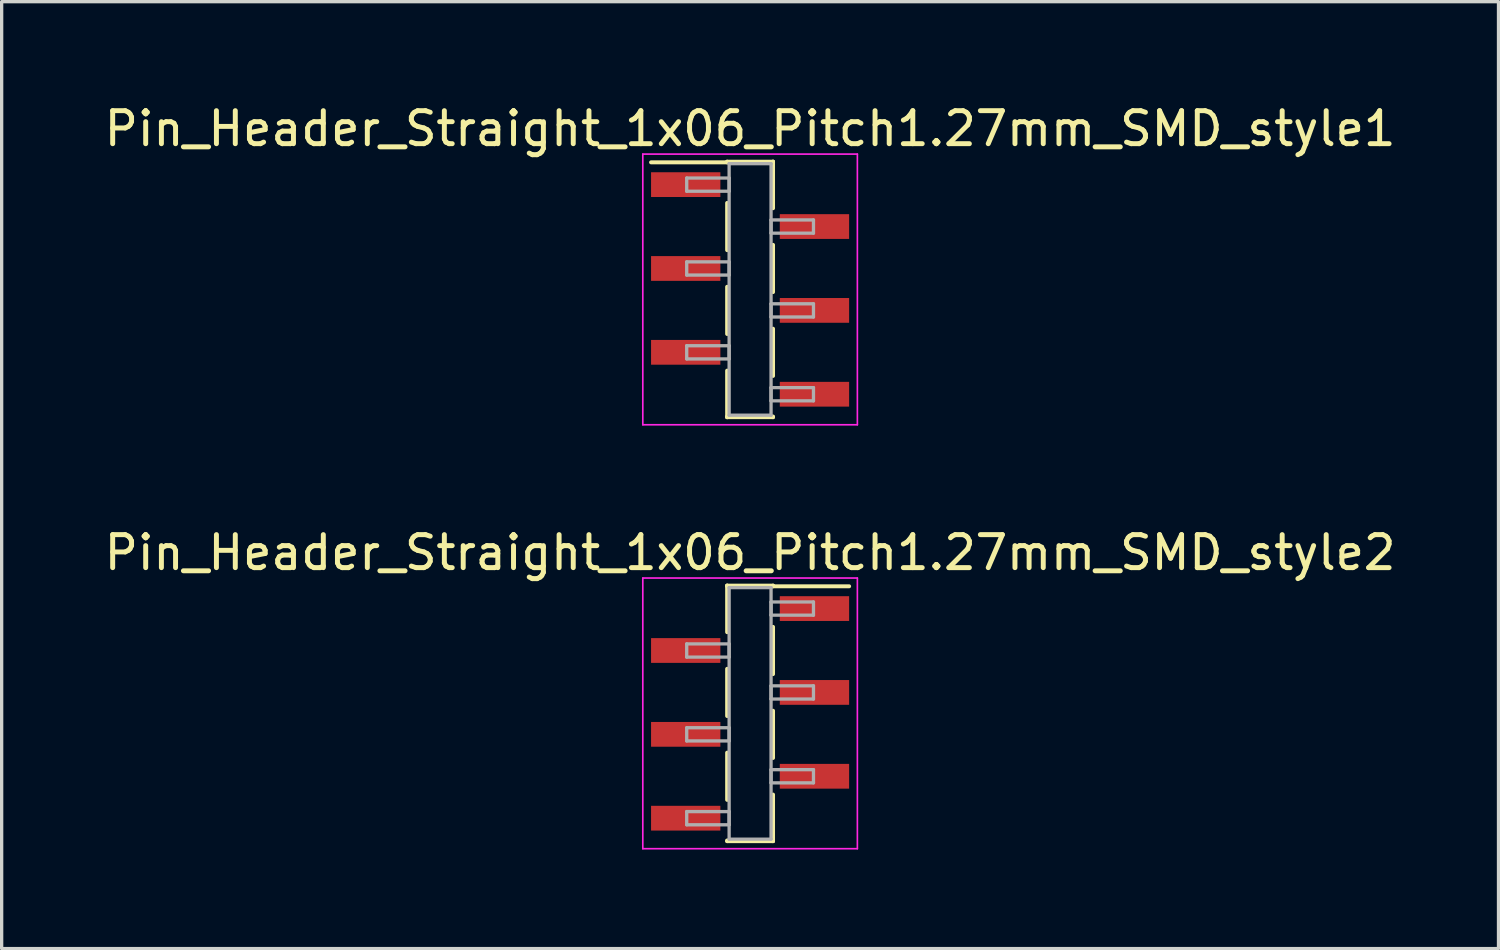
<source format=kicad_pcb>
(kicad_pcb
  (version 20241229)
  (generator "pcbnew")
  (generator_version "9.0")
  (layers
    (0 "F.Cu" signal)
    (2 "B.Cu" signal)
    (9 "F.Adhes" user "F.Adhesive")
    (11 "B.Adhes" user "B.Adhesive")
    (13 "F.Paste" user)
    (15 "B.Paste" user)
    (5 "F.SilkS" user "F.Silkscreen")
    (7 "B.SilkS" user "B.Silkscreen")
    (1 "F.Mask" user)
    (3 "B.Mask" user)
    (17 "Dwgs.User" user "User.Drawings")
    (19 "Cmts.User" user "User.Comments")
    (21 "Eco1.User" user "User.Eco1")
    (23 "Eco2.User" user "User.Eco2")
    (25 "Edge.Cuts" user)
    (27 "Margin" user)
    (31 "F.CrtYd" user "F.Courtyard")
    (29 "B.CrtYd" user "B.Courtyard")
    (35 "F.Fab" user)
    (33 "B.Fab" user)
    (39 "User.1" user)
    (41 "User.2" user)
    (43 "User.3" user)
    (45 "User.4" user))
  (footprint "Pin_Header_Straight_1x06_Pitch1.27mm_SMD_style1"
    (layer "F.Cu")
    (at 19.673 5.718)
    (property "Reference" "Pin_Header_Straight_1x06_Pitch1.27mm_SMD_style1" (at 0 -4.87 0) (layer "F.SilkS") (effects (font (size 1 1) (thickness 0.15))))
    (attr smd)
    (fp_line (start -0.695 -3.87) (end 0.695 -3.87) (stroke (width 0.12) (type solid)) (layer "F.SilkS"))
    (fp_line (start -0.695 -3.85) (end -3 -3.85) (stroke (width 0.12) (type solid)) (layer "F.SilkS"))
    (fp_line (start -0.695 -3.85) (end -0.695 -3.87) (stroke (width 0.12) (type solid)) (layer "F.SilkS"))
    (fp_line (start -0.695 -2.62) (end -0.695 -1.19) (stroke (width 0.12) (type solid)) (layer "F.SilkS"))
    (fp_line (start -0.695 -0.08) (end -0.695 1.35) (stroke (width 0.12) (type solid)) (layer "F.SilkS"))
    (fp_line (start -0.695 2.46) (end -0.695 3.87) (stroke (width 0.12) (type solid)) (layer "F.SilkS"))
    (fp_line (start -0.695 3.85) (end -0.695 3.87) (stroke (width 0.12) (type solid)) (layer "F.SilkS"))
    (fp_line (start -0.695 3.87) (end 0.695 3.87) (stroke (width 0.12) (type solid)) (layer "F.SilkS"))
    (fp_line (start 0.695 -3.87) (end 0.695 -3.85) (stroke (width 0.12) (type solid)) (layer "F.SilkS"))
    (fp_line (start 0.695 -3.87) (end 0.695 -2.46) (stroke (width 0.12) (type solid)) (layer "F.SilkS"))
    (fp_line (start 0.695 -1.35) (end 0.695 0.08) (stroke (width 0.12) (type solid)) (layer "F.SilkS"))
    (fp_line (start 0.695 1.19) (end 0.695 2.62) (stroke (width 0.12) (type solid)) (layer "F.SilkS"))
    (fp_line (start 0.695 3.87) (end 0.695 3.85) (stroke (width 0.12) (type solid)) (layer "F.SilkS"))
    (fp_line (start -3.25 -4.1) (end -3.25 4.1) (stroke (width 0.05) (type solid)) (layer "F.CrtYd"))
    (fp_line (start -3.25 4.1) (end 3.25 4.1) (stroke (width 0.05) (type solid)) (layer "F.CrtYd"))
    (fp_line (start 3.25 -4.1) (end -3.25 -4.1) (stroke (width 0.05) (type solid)) (layer "F.CrtYd"))
    (fp_line (start 3.25 4.1) (end 3.25 -4.1) (stroke (width 0.05) (type solid)) (layer "F.CrtYd"))
    (fp_line (start -1.92 -3.375) (end -0.635 -3.375) (stroke (width 0.1) (type solid)) (layer "F.Fab"))
    (fp_line (start -1.92 -2.975) (end -1.92 -3.375) (stroke (width 0.1) (type solid)) (layer "F.Fab"))
    (fp_line (start -1.92 -0.835) (end -0.635 -0.835) (stroke (width 0.1) (type solid)) (layer "F.Fab"))
    (fp_line (start -1.92 -0.435) (end -1.92 -0.835) (stroke (width 0.1) (type solid)) (layer "F.Fab"))
    (fp_line (start -1.92 1.705) (end -0.635 1.705) (stroke (width 0.1) (type solid)) (layer "F.Fab"))
    (fp_line (start -1.92 2.105) (end -1.92 1.705) (stroke (width 0.1) (type solid)) (layer "F.Fab"))
    (fp_line (start -0.635 -3.81) (end -0.635 3.81) (stroke (width 0.1) (type solid)) (layer "F.Fab"))
    (fp_line (start -0.635 -3.375) (end -0.635 -2.975) (stroke (width 0.1) (type solid)) (layer "F.Fab"))
    (fp_line (start -0.635 -2.975) (end -1.92 -2.975) (stroke (width 0.1) (type solid)) (layer "F.Fab"))
    (fp_line (start -0.635 -0.835) (end -0.635 -0.435) (stroke (width 0.1) (type solid)) (layer "F.Fab"))
    (fp_line (start -0.635 -0.435) (end -1.92 -0.435) (stroke (width 0.1) (type solid)) (layer "F.Fab"))
    (fp_line (start -0.635 1.705) (end -0.635 2.105) (stroke (width 0.1) (type solid)) (layer "F.Fab"))
    (fp_line (start -0.635 2.105) (end -1.92 2.105) (stroke (width 0.1) (type solid)) (layer "F.Fab"))
    (fp_line (start -0.635 3.81) (end 0.635 3.81) (stroke (width 0.1) (type solid)) (layer "F.Fab"))
    (fp_line (start 0.635 -3.81) (end -0.635 -3.81) (stroke (width 0.1) (type solid)) (layer "F.Fab"))
    (fp_line (start 0.635 -2.105) (end 0.635 -1.705) (stroke (width 0.1) (type solid)) (layer "F.Fab"))
    (fp_line (start 0.635 -1.705) (end 1.92 -1.705) (stroke (width 0.1) (type solid)) (layer "F.Fab"))
    (fp_line (start 0.635 0.435) (end 0.635 0.835) (stroke (width 0.1) (type solid)) (layer "F.Fab"))
    (fp_line (start 0.635 0.835) (end 1.92 0.835) (stroke (width 0.1) (type solid)) (layer "F.Fab"))
    (fp_line (start 0.635 2.975) (end 0.635 3.375) (stroke (width 0.1) (type solid)) (layer "F.Fab"))
    (fp_line (start 0.635 3.375) (end 1.92 3.375) (stroke (width 0.1) (type solid)) (layer "F.Fab"))
    (fp_line (start 0.635 3.81) (end 0.635 -3.81) (stroke (width 0.1) (type solid)) (layer "F.Fab"))
    (fp_line (start 1.92 -2.105) (end 0.635 -2.105) (stroke (width 0.1) (type solid)) (layer "F.Fab"))
    (fp_line (start 1.92 -1.705) (end 1.92 -2.105) (stroke (width 0.1) (type solid)) (layer "F.Fab"))
    (fp_line (start 1.92 0.435) (end 0.635 0.435) (stroke (width 0.1) (type solid)) (layer "F.Fab"))
    (fp_line (start 1.92 0.835) (end 1.92 0.435) (stroke (width 0.1) (type solid)) (layer "F.Fab"))
    (fp_line (start 1.92 2.975) (end 0.635 2.975) (stroke (width 0.1) (type solid)) (layer "F.Fab"))
    (fp_line (start 1.92 3.375) (end 1.92 2.975) (stroke (width 0.1) (type solid)) (layer "F.Fab"))
    (pad "1" smd rect (at -1.95 -3.175) (size 2.1 0.75) (layers "F.Cu" "F.Mask"))
    (pad "2" smd rect (at 1.95 -1.905) (size 2.1 0.75) (layers "F.Cu" "F.Mask"))
    (pad "3" smd rect (at -1.95 -0.635) (size 2.1 0.75) (layers "F.Cu" "F.Mask"))
    (pad "4" smd rect (at 1.95 0.635) (size 2.1 0.75) (layers "F.Cu" "F.Mask"))
    (pad "5" smd rect (at -1.95 1.905) (size 2.1 0.75) (layers "F.Cu" "F.Mask"))
    (pad "6" smd rect (at 1.95 3.175) (size 2.1 0.75) (layers "F.Cu" "F.Mask")))
  (footprint "Pin_Header_Straight_1x06_Pitch1.27mm_SMD_style2"
    (layer "F.Cu")
    (at 19.673 18.561)
    (property "Reference" "Pin_Header_Straight_1x06_Pitch1.27mm_SMD_style2" (at 0 -4.87 0) (layer "F.SilkS") (effects (font (size 1 1) (thickness 0.15))))
    (attr smd)
    (fp_line (start -0.695 -3.87) (end -0.695 -2.46) (stroke (width 0.12) (type solid)) (layer "F.SilkS"))
    (fp_line (start -0.695 -3.87) (end 0.695 -3.87) (stroke (width 0.12) (type solid)) (layer "F.SilkS"))
    (fp_line (start -0.695 -3.85) (end -0.695 -3.87) (stroke (width 0.12) (type solid)) (layer "F.SilkS"))
    (fp_line (start -0.695 -1.35) (end -0.695 0.08) (stroke (width 0.12) (type solid)) (layer "F.SilkS"))
    (fp_line (start -0.695 1.19) (end -0.695 2.62) (stroke (width 0.12) (type solid)) (layer "F.SilkS"))
    (fp_line (start -0.695 3.85) (end -0.695 3.87) (stroke (width 0.12) (type solid)) (layer "F.SilkS"))
    (fp_line (start -0.695 3.87) (end 0.695 3.87) (stroke (width 0.12) (type solid)) (layer "F.SilkS"))
    (fp_line (start 0.695 -3.87) (end 0.695 -3.85) (stroke (width 0.12) (type solid)) (layer "F.SilkS"))
    (fp_line (start 0.695 -3.85) (end 3 -3.85) (stroke (width 0.12) (type solid)) (layer "F.SilkS"))
    (fp_line (start 0.695 -2.62) (end 0.695 -1.19) (stroke (width 0.12) (type solid)) (layer "F.SilkS"))
    (fp_line (start 0.695 -0.08) (end 0.695 1.35) (stroke (width 0.12) (type solid)) (layer "F.SilkS"))
    (fp_line (start 0.695 2.46) (end 0.695 3.87) (stroke (width 0.12) (type solid)) (layer "F.SilkS"))
    (fp_line (start 0.695 3.87) (end 0.695 3.85) (stroke (width 0.12) (type solid)) (layer "F.SilkS"))
    (fp_line (start -3.25 -4.1) (end -3.25 4.1) (stroke (width 0.05) (type solid)) (layer "F.CrtYd"))
    (fp_line (start -3.25 4.1) (end 3.25 4.1) (stroke (width 0.05) (type solid)) (layer "F.CrtYd"))
    (fp_line (start 3.25 -4.1) (end -3.25 -4.1) (stroke (width 0.05) (type solid)) (layer "F.CrtYd"))
    (fp_line (start 3.25 4.1) (end 3.25 -4.1) (stroke (width 0.05) (type solid)) (layer "F.CrtYd"))
    (fp_line (start -1.92 -2.105) (end -0.635 -2.105) (stroke (width 0.1) (type solid)) (layer "F.Fab"))
    (fp_line (start -1.92 -1.705) (end -1.92 -2.105) (stroke (width 0.1) (type solid)) (layer "F.Fab"))
    (fp_line (start -1.92 0.435) (end -0.635 0.435) (stroke (width 0.1) (type solid)) (layer "F.Fab"))
    (fp_line (start -1.92 0.835) (end -1.92 0.435) (stroke (width 0.1) (type solid)) (layer "F.Fab"))
    (fp_line (start -1.92 2.975) (end -0.635 2.975) (stroke (width 0.1) (type solid)) (layer "F.Fab"))
    (fp_line (start -1.92 3.375) (end -1.92 2.975) (stroke (width 0.1) (type solid)) (layer "F.Fab"))
    (fp_line (start -0.635 -3.81) (end -0.635 3.81) (stroke (width 0.1) (type solid)) (layer "F.Fab"))
    (fp_line (start -0.635 -2.105) (end -0.635 -1.705) (stroke (width 0.1) (type solid)) (layer "F.Fab"))
    (fp_line (start -0.635 -1.705) (end -1.92 -1.705) (stroke (width 0.1) (type solid)) (layer "F.Fab"))
    (fp_line (start -0.635 0.435) (end -0.635 0.835) (stroke (width 0.1) (type solid)) (layer "F.Fab"))
    (fp_line (start -0.635 0.835) (end -1.92 0.835) (stroke (width 0.1) (type solid)) (layer "F.Fab"))
    (fp_line (start -0.635 2.975) (end -0.635 3.375) (stroke (width 0.1) (type solid)) (layer "F.Fab"))
    (fp_line (start -0.635 3.375) (end -1.92 3.375) (stroke (width 0.1) (type solid)) (layer "F.Fab"))
    (fp_line (start -0.635 3.81) (end 0.635 3.81) (stroke (width 0.1) (type solid)) (layer "F.Fab"))
    (fp_line (start 0.635 -3.81) (end -0.635 -3.81) (stroke (width 0.1) (type solid)) (layer "F.Fab"))
    (fp_line (start 0.635 -3.375) (end 0.635 -2.975) (stroke (width 0.1) (type solid)) (layer "F.Fab"))
    (fp_line (start 0.635 -2.975) (end 1.92 -2.975) (stroke (width 0.1) (type solid)) (layer "F.Fab"))
    (fp_line (start 0.635 -0.835) (end 0.635 -0.435) (stroke (width 0.1) (type solid)) (layer "F.Fab"))
    (fp_line (start 0.635 -0.435) (end 1.92 -0.435) (stroke (width 0.1) (type solid)) (layer "F.Fab"))
    (fp_line (start 0.635 1.705) (end 0.635 2.105) (stroke (width 0.1) (type solid)) (layer "F.Fab"))
    (fp_line (start 0.635 2.105) (end 1.92 2.105) (stroke (width 0.1) (type solid)) (layer "F.Fab"))
    (fp_line (start 0.635 3.81) (end 0.635 -3.81) (stroke (width 0.1) (type solid)) (layer "F.Fab"))
    (fp_line (start 1.92 -3.375) (end 0.635 -3.375) (stroke (width 0.1) (type solid)) (layer "F.Fab"))
    (fp_line (start 1.92 -2.975) (end 1.92 -3.375) (stroke (width 0.1) (type solid)) (layer "F.Fab"))
    (fp_line (start 1.92 -0.835) (end 0.635 -0.835) (stroke (width 0.1) (type solid)) (layer "F.Fab"))
    (fp_line (start 1.92 -0.435) (end 1.92 -0.835) (stroke (width 0.1) (type solid)) (layer "F.Fab"))
    (fp_line (start 1.92 1.705) (end 0.635 1.705) (stroke (width 0.1) (type solid)) (layer "F.Fab"))
    (fp_line (start 1.92 2.105) (end 1.92 1.705) (stroke (width 0.1) (type solid)) (layer "F.Fab"))
    (pad "1" smd rect (at 1.95 -3.175) (size 2.1 0.75) (layers "F.Cu" "F.Mask"))
    (pad "2" smd rect (at -1.95 -1.905) (size 2.1 0.75) (layers "F.Cu" "F.Mask"))
    (pad "3" smd rect (at 1.95 -0.635) (size 2.1 0.75) (layers "F.Cu" "F.Mask"))
    (pad "4" smd rect (at -1.95 0.635) (size 2.1 0.75) (layers "F.Cu" "F.Mask"))
    (pad "5" smd rect (at 1.95 1.905) (size 2.1 0.75) (layers "F.Cu" "F.Mask"))
    (pad "6" smd rect (at -1.95 3.175) (size 2.1 0.75) (layers "F.Cu" "F.Mask")))
  (gr_rect
    (start -3 -3)
    (end 42.345 25.686)
    (stroke (width 0.1) (type default))
    (fill no)
    (layer "Edge.Cuts")))
</source>
